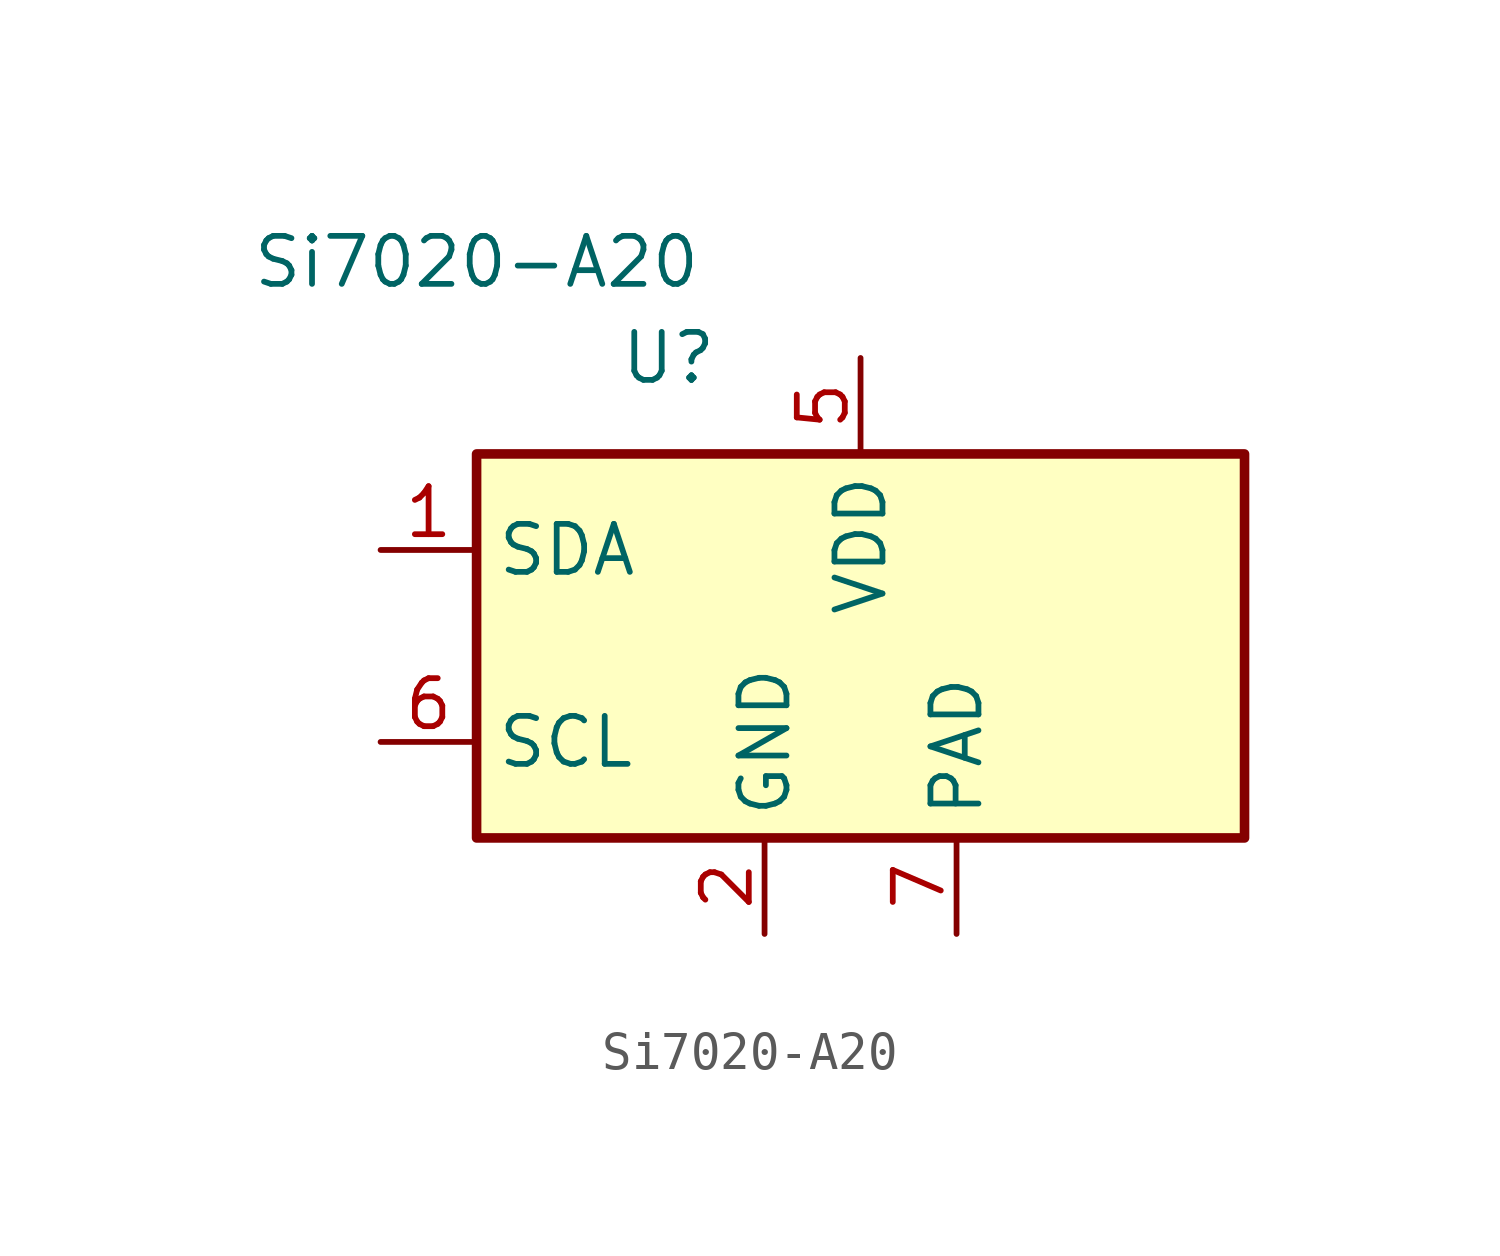
<source format=kicad_sym>
(kicad_symbol_lib
  (version 20220914)
  (generator kicad_symbol_editor)
  (symbol "Si7020-A20"
    (property "Reference" "U"
      (at -5.08 7.62 0)
      (effects (font (size 1.27 1.27))))
    (property "Value" "Si7020-A20"
      (at -10.16 10.16 0)
      (effects (font (size 1.27 1.27))))
    (symbol "Si7020-A20_0_1"
      (rectangle (start -10.16 5.08) (end 10.16 -5.08) (stroke (width 0.254) (type default)) (fill (type background))))
    (symbol "Si7020-A20_1_1"
      (pin bidirectional line (at -12.7 2.54 0) (length 2.54) (name "SDA" (effects (font (size 1.27 1.27)))) (number "1" (effects (font (size 1.27 1.27)))))
      (pin power_in line (at -2.54 -7.62 90) (length 2.54) (name "GND" (effects (font (size 1.27 1.27)))) (number "2" (effects (font (size 1.27 1.27)))))
      (pin no_connect line (at 10.16 2.54 180) (length 2.54) hide (name "NC" (effects (font (size 1.27 1.27)))) (number "3" (effects (font (size 1.27 1.27)))))
      (pin no_connect line (at 10.16 -2.54 180) (length 2.54) hide (name "NC" (effects (font (size 1.27 1.27)))) (number "4" (effects (font (size 1.27 1.27)))))
      (pin power_in line (at 0 7.62 270) (length 2.54) (name "VDD" (effects (font (size 1.27 1.27)))) (number "5" (effects (font (size 1.27 1.27)))))
      (pin input line (at -12.7 -2.54 0) (length 2.54) (name "SCL" (effects (font (size 1.27 1.27)))) (number "6" (effects (font (size 1.27 1.27)))))
      (pin passive line (at 2.54 -7.62 90) (length 2.54) (name "PAD" (effects (font (size 1.27 1.27)))) (number "7" (effects (font (size 1.27 1.27))))))))
</source>
